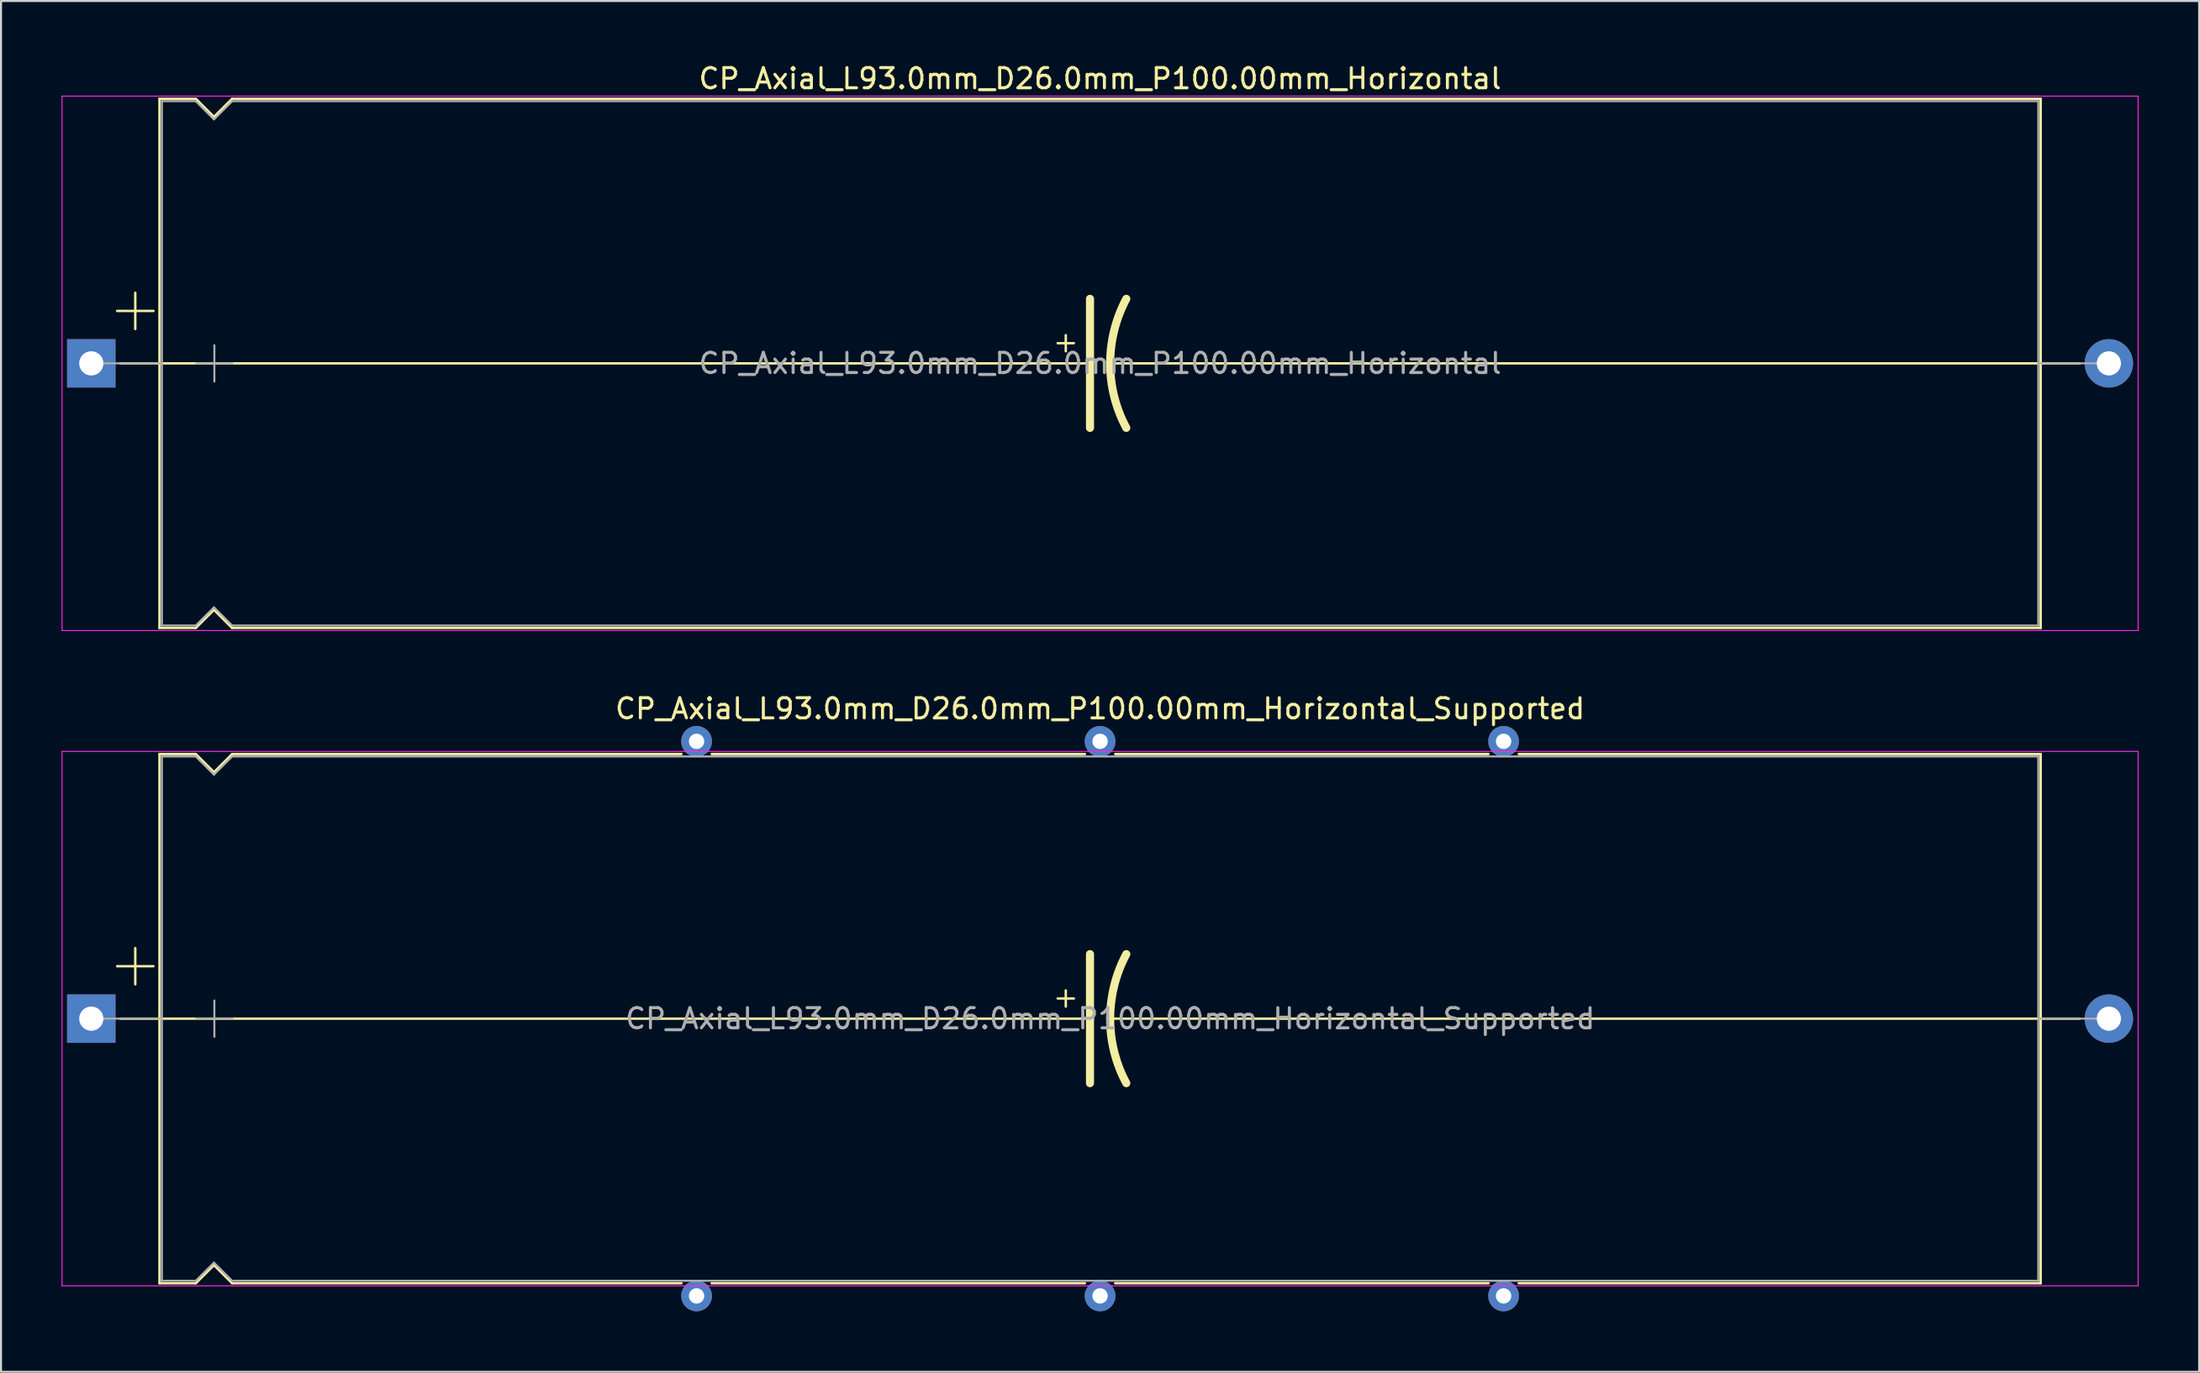
<source format=kicad_pcb>
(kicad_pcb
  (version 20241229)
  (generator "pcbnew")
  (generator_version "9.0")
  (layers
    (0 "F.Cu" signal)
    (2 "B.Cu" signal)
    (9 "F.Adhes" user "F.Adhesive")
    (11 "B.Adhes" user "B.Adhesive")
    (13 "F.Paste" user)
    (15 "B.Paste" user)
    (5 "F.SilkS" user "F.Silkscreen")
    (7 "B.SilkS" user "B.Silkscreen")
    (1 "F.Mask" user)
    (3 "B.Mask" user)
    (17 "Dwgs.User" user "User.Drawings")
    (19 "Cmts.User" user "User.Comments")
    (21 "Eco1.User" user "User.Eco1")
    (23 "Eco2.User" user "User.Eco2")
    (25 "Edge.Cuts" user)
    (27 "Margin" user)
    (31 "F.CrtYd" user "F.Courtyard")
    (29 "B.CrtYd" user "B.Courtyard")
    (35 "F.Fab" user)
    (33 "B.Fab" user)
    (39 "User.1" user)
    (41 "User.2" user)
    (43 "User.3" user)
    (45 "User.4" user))
  (footprint "CP_Axial_L93.0mm_D26.0mm_P100.00mm_Horizontal_Supported"
    (layer "F.Cu")
    (at 1.475 47.462)
    (property "Reference" "CP_Axial_L93.0mm_D26.0mm_P100.00mm_Horizontal_Supported" (at 50 -15.37 0) (layer "F.SilkS") (effects (font (size 1 1) (thickness 0.15))))
    (attr through_hole)
    (fp_line (start 1.28 -2.6) (end 3.08 -2.6) (stroke (width 0.12) (type solid)) (layer "F.SilkS"))
    (fp_line (start 1.44 0) (end 3.38 0) (stroke (width 0.12) (type solid)) (layer "F.SilkS"))
    (fp_line (start 2.18 -3.5) (end 2.18 -1.7) (stroke (width 0.12) (type solid)) (layer "F.SilkS"))
    (fp_line (start 3.38 -13.12) (end 3.38 13.12) (stroke (width 0.12) (type solid)) (layer "F.SilkS"))
    (fp_line (start 3.38 -13.12) (end 5.18 -13.12) (stroke (width 0.12) (type solid)) (layer "F.SilkS"))
    (fp_line (start 3.38 0) (end 49.5 0) (stroke (width 0.12) (type solid)) (layer "F.SilkS"))
    (fp_line (start 3.38 13.12) (end 5.18 13.12) (stroke (width 0.12) (type solid)) (layer "F.SilkS"))
    (fp_line (start 5.18 -13.12) (end 6.08 -12.22) (stroke (width 0.12) (type solid)) (layer "F.SilkS"))
    (fp_line (start 5.18 13.12) (end 6.08 12.22) (stroke (width 0.12) (type solid)) (layer "F.SilkS"))
    (fp_line (start 6.08 -12.22) (end 6.98 -13.12) (stroke (width 0.12) (type solid)) (layer "F.SilkS"))
    (fp_line (start 6.08 12.22) (end 6.98 13.12) (stroke (width 0.12) (type solid)) (layer "F.SilkS"))
    (fp_line (start 6.98 -13.12) (end 29.25 -13.12) (stroke (width 0.12) (type solid)) (layer "F.SilkS"))
    (fp_line (start 6.98 13.12) (end 29.25 13.12) (stroke (width 0.12) (type solid)) (layer "F.SilkS"))
    (fp_line (start 30.75 -13.12) (end 49.25 -13.12) (stroke (width 0.12) (type solid)) (layer "F.SilkS"))
    (fp_line (start 30.75 13.12) (end 49.25 13.12) (stroke (width 0.12) (type solid)) (layer "F.SilkS"))
    (fp_line (start 47.9 -1) (end 48.7 -1) (stroke (width 0.12) (type solid)) (layer "F.SilkS"))
    (fp_line (start 48.3 -1.4) (end 48.3 -0.6) (stroke (width 0.12) (type solid)) (layer "F.SilkS"))
    (fp_line (start 49.5 0) (end 49.5 -3.2) (stroke (width 0.4) (type solid)) (layer "F.SilkS"))
    (fp_line (start 49.5 0) (end 49.5 3.2) (stroke (width 0.4) (type solid)) (layer "F.SilkS"))
    (fp_line (start 50.75 -13.12) (end 69.25 -13.12) (stroke (width 0.12) (type solid)) (layer "F.SilkS"))
    (fp_line (start 50.75 13.12) (end 69.25 13.12) (stroke (width 0.12) (type solid)) (layer "F.SilkS"))
    (fp_line (start 70.75 -13.12) (end 96.62 -13.12) (stroke (width 0.12) (type solid)) (layer "F.SilkS"))
    (fp_line (start 70.75 13.12) (end 96.62 13.12) (stroke (width 0.12) (type solid)) (layer "F.SilkS"))
    (fp_line (start 96.62 -13.12) (end 96.62 13.12) (stroke (width 0.12) (type solid)) (layer "F.SilkS"))
    (fp_line (start 96.62 0) (end 50.5 0) (stroke (width 0.12) (type solid)) (layer "F.SilkS"))
    (fp_line (start 98.56 0) (end 96.62 0) (stroke (width 0.12) (type solid)) (layer "F.SilkS"))
    (fp_arc (start 50.5 0) (mid 50.703546 -1.649113) (end 51.3 -3.2) (stroke (width 0.4) (type solid)) (layer "F.SilkS"))
    (fp_arc (start 51.3 3.2) (mid 50.700708 1.649824) (end 50.5 0) (stroke (width 0.4) (type solid)) (layer "F.SilkS"))
    (fp_line (start -1.45 -13.25) (end -1.45 13.25) (stroke (width 0.05) (type solid)) (layer "F.CrtYd"))
    (fp_line (start -1.45 13.25) (end 101.45 13.25) (stroke (width 0.05) (type solid)) (layer "F.CrtYd"))
    (fp_line (start 101.45 -13.25) (end -1.45 -13.25) (stroke (width 0.05) (type solid)) (layer "F.CrtYd"))
    (fp_line (start 101.45 13.25) (end 101.45 -13.25) (stroke (width 0.05) (type solid)) (layer "F.CrtYd"))
    (fp_line (start 0 0) (end 3.5 0) (stroke (width 0.1) (type solid)) (layer "F.Fab"))
    (fp_line (start 3.5 -13) (end 3.5 13) (stroke (width 0.1) (type solid)) (layer "F.Fab"))
    (fp_line (start 3.5 -13) (end 5.18 -13) (stroke (width 0.1) (type solid)) (layer "F.Fab"))
    (fp_line (start 3.5 13) (end 5.18 13) (stroke (width 0.1) (type solid)) (layer "F.Fab"))
    (fp_line (start 5.18 -13) (end 6.08 -12.1) (stroke (width 0.1) (type solid)) (layer "F.Fab"))
    (fp_line (start 5.18 13) (end 6.08 12.1) (stroke (width 0.1) (type solid)) (layer "F.Fab"))
    (fp_line (start 5.2 0) (end 7 0) (stroke (width 0.1) (type solid)) (layer "F.Fab"))
    (fp_line (start 6.08 -12.1) (end 6.98 -13) (stroke (width 0.1) (type solid)) (layer "F.Fab"))
    (fp_line (start 6.08 12.1) (end 6.98 13) (stroke (width 0.1) (type solid)) (layer "F.Fab"))
    (fp_line (start 6.1 -0.9) (end 6.1 0.9) (stroke (width 0.1) (type solid)) (layer "F.Fab"))
    (fp_line (start 6.98 -13) (end 96.5 -13) (stroke (width 0.1) (type solid)) (layer "F.Fab"))
    (fp_line (start 6.98 13) (end 96.5 13) (stroke (width 0.1) (type solid)) (layer "F.Fab"))
    (fp_line (start 96.5 -13) (end 96.5 13) (stroke (width 0.1) (type solid)) (layer "F.Fab"))
    (fp_line (start 100 0) (end 96.5 0) (stroke (width 0.1) (type solid)) (layer "F.Fab"))
    (fp_text user "${REFERENCE}" (at 50.5 0 0) (layer "F.Fab") (effects (font (size 1 1) (thickness 0.15))))
    (pad "" thru_hole circle (at 30 -13.75) (size 1.524 1.524) (drill 0.762) (layers "*.Cu" "*.Mask"))
    (pad "" thru_hole circle (at 30 13.75) (size 1.524 1.524) (drill 0.762) (layers "*.Cu" "*.Mask"))
    (pad "" thru_hole circle (at 50 -13.75) (size 1.524 1.524) (drill 0.762) (layers "*.Cu" "*.Mask"))
    (pad "" thru_hole circle (at 50 13.75) (size 1.524 1.524) (drill 0.762) (layers "*.Cu" "*.Mask"))
    (pad "" thru_hole circle (at 70 -13.75) (size 1.524 1.524) (drill 0.762) (layers "*.Cu" "*.Mask"))
    (pad "" thru_hole circle (at 70 13.75) (size 1.524 1.524) (drill 0.762) (layers "*.Cu" "*.Mask"))
    (pad "1" thru_hole rect (at 0 0) (size 2.4 2.4) (drill 1.2) (layers "*.Cu" "*.Mask"))
    (pad "2" thru_hole oval (at 100 0) (size 2.4 2.4) (drill 1.2) (layers "*.Cu" "*.Mask")))
  (footprint "CP_Axial_L93.0mm_D26.0mm_P100.00mm_Horizontal"
    (layer "F.Cu")
    (at 1.475 14.968)
    (property "Reference" "CP_Axial_L93.0mm_D26.0mm_P100.00mm_Horizontal" (at 50 -14.12 0) (layer "F.SilkS") (effects (font (size 1 1) (thickness 0.15))))
    (attr through_hole)
    (fp_line (start 1.28 -2.6) (end 3.08 -2.6) (stroke (width 0.12) (type solid)) (layer "F.SilkS"))
    (fp_line (start 1.44 0) (end 3.38 0) (stroke (width 0.12) (type solid)) (layer "F.SilkS"))
    (fp_line (start 2.18 -3.5) (end 2.18 -1.7) (stroke (width 0.12) (type solid)) (layer "F.SilkS"))
    (fp_line (start 3.38 -13.12) (end 3.38 13.12) (stroke (width 0.12) (type solid)) (layer "F.SilkS"))
    (fp_line (start 3.38 -13.12) (end 5.18 -13.12) (stroke (width 0.12) (type solid)) (layer "F.SilkS"))
    (fp_line (start 3.38 0) (end 49.5 0) (stroke (width 0.12) (type solid)) (layer "F.SilkS"))
    (fp_line (start 3.38 13.12) (end 5.18 13.12) (stroke (width 0.12) (type solid)) (layer "F.SilkS"))
    (fp_line (start 5.18 -13.12) (end 6.08 -12.22) (stroke (width 0.12) (type solid)) (layer "F.SilkS"))
    (fp_line (start 5.18 13.12) (end 6.08 12.22) (stroke (width 0.12) (type solid)) (layer "F.SilkS"))
    (fp_line (start 6.08 -12.22) (end 6.98 -13.12) (stroke (width 0.12) (type solid)) (layer "F.SilkS"))
    (fp_line (start 6.08 12.22) (end 6.98 13.12) (stroke (width 0.12) (type solid)) (layer "F.SilkS"))
    (fp_line (start 6.98 -13.12) (end 96.62 -13.12) (stroke (width 0.12) (type solid)) (layer "F.SilkS"))
    (fp_line (start 6.98 13.12) (end 96.62 13.12) (stroke (width 0.12) (type solid)) (layer "F.SilkS"))
    (fp_line (start 47.9 -1) (end 48.7 -1) (stroke (width 0.12) (type solid)) (layer "F.SilkS"))
    (fp_line (start 48.3 -1.4) (end 48.3 -0.6) (stroke (width 0.12) (type solid)) (layer "F.SilkS"))
    (fp_line (start 49.5 0) (end 49.5 -3.2) (stroke (width 0.4) (type solid)) (layer "F.SilkS"))
    (fp_line (start 49.5 0) (end 49.5 3.2) (stroke (width 0.4) (type solid)) (layer "F.SilkS"))
    (fp_line (start 96.62 -13.12) (end 96.62 13.12) (stroke (width 0.12) (type solid)) (layer "F.SilkS"))
    (fp_line (start 96.62 0) (end 50.5 0) (stroke (width 0.12) (type solid)) (layer "F.SilkS"))
    (fp_line (start 98.56 0) (end 96.62 0) (stroke (width 0.12) (type solid)) (layer "F.SilkS"))
    (fp_arc (start 50.5 0) (mid 50.703546 -1.649113) (end 51.3 -3.2) (stroke (width 0.4) (type solid)) (layer "F.SilkS"))
    (fp_arc (start 51.3 3.2) (mid 50.700708 1.649824) (end 50.5 0) (stroke (width 0.4) (type solid)) (layer "F.SilkS"))
    (fp_line (start -1.45 -13.25) (end -1.45 13.25) (stroke (width 0.05) (type solid)) (layer "F.CrtYd"))
    (fp_line (start -1.45 13.25) (end 101.45 13.25) (stroke (width 0.05) (type solid)) (layer "F.CrtYd"))
    (fp_line (start 101.45 -13.25) (end -1.45 -13.25) (stroke (width 0.05) (type solid)) (layer "F.CrtYd"))
    (fp_line (start 101.45 13.25) (end 101.45 -13.25) (stroke (width 0.05) (type solid)) (layer "F.CrtYd"))
    (fp_line (start 0 0) (end 3.5 0) (stroke (width 0.1) (type solid)) (layer "F.Fab"))
    (fp_line (start 3.5 -13) (end 3.5 13) (stroke (width 0.1) (type solid)) (layer "F.Fab"))
    (fp_line (start 3.5 -13) (end 5.18 -13) (stroke (width 0.1) (type solid)) (layer "F.Fab"))
    (fp_line (start 3.5 13) (end 5.18 13) (stroke (width 0.1) (type solid)) (layer "F.Fab"))
    (fp_line (start 5.18 -13) (end 6.08 -12.1) (stroke (width 0.1) (type solid)) (layer "F.Fab"))
    (fp_line (start 5.18 13) (end 6.08 12.1) (stroke (width 0.1) (type solid)) (layer "F.Fab"))
    (fp_line (start 5.2 0) (end 7 0) (stroke (width 0.1) (type solid)) (layer "F.Fab"))
    (fp_line (start 6.08 -12.1) (end 6.98 -13) (stroke (width 0.1) (type solid)) (layer "F.Fab"))
    (fp_line (start 6.08 12.1) (end 6.98 13) (stroke (width 0.1) (type solid)) (layer "F.Fab"))
    (fp_line (start 6.1 -0.9) (end 6.1 0.9) (stroke (width 0.1) (type solid)) (layer "F.Fab"))
    (fp_line (start 6.98 -13) (end 96.5 -13) (stroke (width 0.1) (type solid)) (layer "F.Fab"))
    (fp_line (start 6.98 13) (end 96.5 13) (stroke (width 0.1) (type solid)) (layer "F.Fab"))
    (fp_line (start 96.5 -13) (end 96.5 13) (stroke (width 0.1) (type solid)) (layer "F.Fab"))
    (fp_line (start 100 0) (end 96.5 0) (stroke (width 0.1) (type solid)) (layer "F.Fab"))
    (fp_text user "${REFERENCE}" (at 50 0 0) (layer "F.Fab") (effects (font (size 1 1) (thickness 0.15))))
    (pad "1" thru_hole rect (at 0 0) (size 2.4 2.4) (drill 1.2) (layers "*.Cu" "*.Mask"))
    (pad "2" thru_hole oval (at 100 0) (size 2.4 2.4) (drill 1.2) (layers "*.Cu" "*.Mask")))
  (gr_rect
    (start -3 -3)
    (end 105.95 64.974)
    (stroke (width 0.1) (type default))
    (fill no)
    (layer "Edge.Cuts")))
</source>
